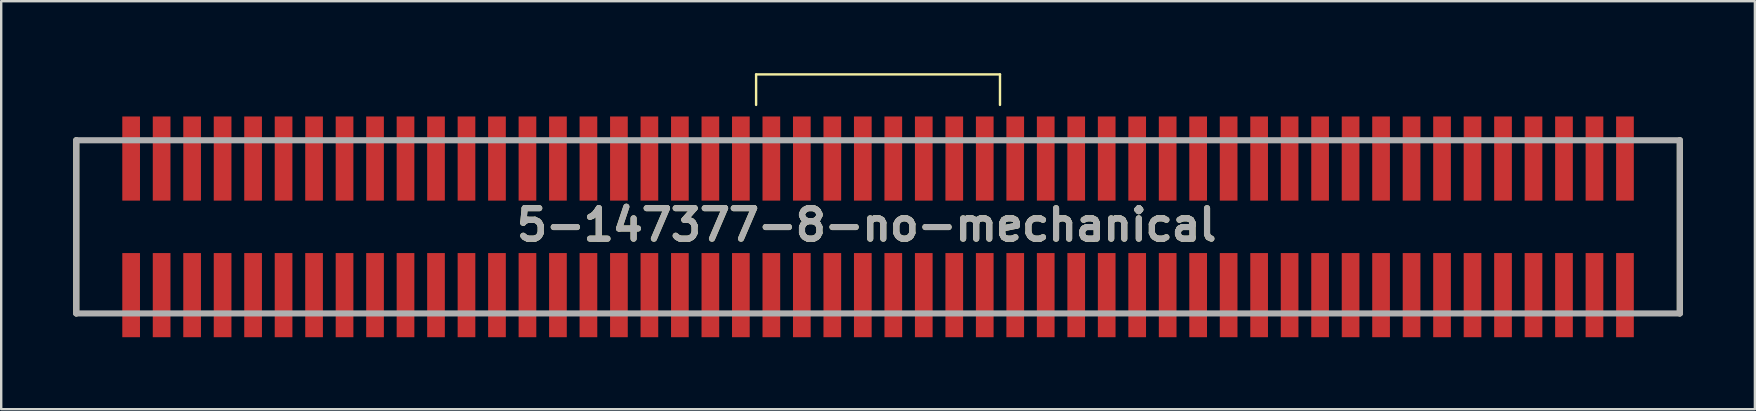
<source format=kicad_pcb>
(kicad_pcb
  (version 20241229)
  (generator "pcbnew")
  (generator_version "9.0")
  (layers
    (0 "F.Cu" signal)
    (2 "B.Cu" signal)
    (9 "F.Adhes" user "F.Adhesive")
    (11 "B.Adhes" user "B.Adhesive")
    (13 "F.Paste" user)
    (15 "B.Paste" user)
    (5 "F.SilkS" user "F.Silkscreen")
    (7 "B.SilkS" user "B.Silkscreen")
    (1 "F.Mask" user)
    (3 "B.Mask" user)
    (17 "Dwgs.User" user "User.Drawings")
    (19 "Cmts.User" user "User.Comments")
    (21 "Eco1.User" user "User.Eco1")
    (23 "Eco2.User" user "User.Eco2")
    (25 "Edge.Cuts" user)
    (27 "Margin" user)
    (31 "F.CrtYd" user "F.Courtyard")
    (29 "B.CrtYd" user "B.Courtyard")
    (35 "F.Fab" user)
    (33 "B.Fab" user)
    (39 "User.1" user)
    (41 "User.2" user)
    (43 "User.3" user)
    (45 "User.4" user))
  (footprint "5-147377-8-no-mechanical"
    (layer "F.Cu")
    (at 33.528 6.4)
    (property "Reference" "5-147377-8-no-mechanical" (at -0.477 -0.082 0) (layer "F.SilkS") (effects (font (size 1.27 1.27) (thickness 0.254))))
    (attr smd)
    (fp_line (start -33.401 -3.607) (end -33.401 3.607) (stroke (width 0.254) (type solid)) (layer "F.SilkS"))
    (fp_line (start -5.08 -6.35) (end 5.08 -6.35) (stroke (width 0.1) (type default)) (layer "F.SilkS"))
    (fp_line (start -5.08 -5.08) (end -5.08 -6.35) (stroke (width 0.1) (type default)) (layer "F.SilkS"))
    (fp_line (start 5.08 -6.35) (end 5.08 -5.08) (stroke (width 0.1) (type default)) (layer "F.SilkS"))
    (fp_line (start 33.401 3.607) (end 33.401 -3.607) (stroke (width 0.254) (type solid)) (layer "F.SilkS"))
    (fp_line (start -33.401 -3.607) (end 33.401 -3.607) (stroke (width 0.254) (type solid)) (layer "F.Fab"))
    (fp_line (start -33.401 3.607) (end -33.401 -3.607) (stroke (width 0.254) (type solid)) (layer "F.Fab"))
    (fp_line (start 33.401 -3.607) (end 33.401 3.607) (stroke (width 0.254) (type solid)) (layer "F.Fab"))
    (fp_line (start 33.401 3.607) (end -33.401 3.607) (stroke (width 0.254) (type solid)) (layer "F.Fab"))
    (fp_text user "${REFERENCE}" (at -0.477 -0.082 0) (layer "F.Fab") (effects (font (size 1.27 1.27) (thickness 0.254))))
    (pad "1" smd rect (at -31.115 2.845) (size 0.737 3.505) (layers "F.Cu" "F.Mask" "F.Paste"))
    (pad "2" smd rect (at -31.115 -2.845) (size 0.737 3.505) (layers "F.Cu" "F.Mask" "F.Paste"))
    (pad "3" smd rect (at -29.845 2.845) (size 0.737 3.505) (layers "F.Cu" "F.Mask" "F.Paste"))
    (pad "4" smd rect (at -29.845 -2.845) (size 0.737 3.505) (layers "F.Cu" "F.Mask" "F.Paste"))
    (pad "5" smd rect (at -28.575 2.845) (size 0.737 3.505) (layers "F.Cu" "F.Mask" "F.Paste"))
    (pad "6" smd rect (at -28.575 -2.845) (size 0.737 3.505) (layers "F.Cu" "F.Mask" "F.Paste"))
    (pad "7" smd rect (at -27.305 2.845) (size 0.737 3.505) (layers "F.Cu" "F.Mask" "F.Paste"))
    (pad "8" smd rect (at -27.305 -2.845) (size 0.737 3.505) (layers "F.Cu" "F.Mask" "F.Paste"))
    (pad "9" smd rect (at -26.035 2.845) (size 0.737 3.505) (layers "F.Cu" "F.Mask" "F.Paste"))
    (pad "10" smd rect (at -26.035 -2.845) (size 0.737 3.505) (layers "F.Cu" "F.Mask" "F.Paste"))
    (pad "11" smd rect (at -24.765 2.845) (size 0.737 3.505) (layers "F.Cu" "F.Mask" "F.Paste"))
    (pad "12" smd rect (at -24.765 -2.845) (size 0.737 3.505) (layers "F.Cu" "F.Mask" "F.Paste"))
    (pad "13" smd rect (at -23.495 2.845) (size 0.737 3.505) (layers "F.Cu" "F.Mask" "F.Paste"))
    (pad "14" smd rect (at -23.495 -2.845) (size 0.737 3.505) (layers "F.Cu" "F.Mask" "F.Paste"))
    (pad "15" smd rect (at -22.225 2.845) (size 0.737 3.505) (layers "F.Cu" "F.Mask" "F.Paste"))
    (pad "16" smd rect (at -22.225 -2.845) (size 0.737 3.505) (layers "F.Cu" "F.Mask" "F.Paste"))
    (pad "17" smd rect (at -20.955 2.845) (size 0.737 3.505) (layers "F.Cu" "F.Mask" "F.Paste"))
    (pad "18" smd rect (at -20.955 -2.845) (size 0.737 3.505) (layers "F.Cu" "F.Mask" "F.Paste"))
    (pad "19" smd rect (at -19.685 2.845) (size 0.737 3.505) (layers "F.Cu" "F.Mask" "F.Paste"))
    (pad "20" smd rect (at -19.685 -2.845) (size 0.737 3.505) (layers "F.Cu" "F.Mask" "F.Paste"))
    (pad "21" smd rect (at -18.415 2.845) (size 0.737 3.505) (layers "F.Cu" "F.Mask" "F.Paste"))
    (pad "22" smd rect (at -18.415 -2.845) (size 0.737 3.505) (layers "F.Cu" "F.Mask" "F.Paste"))
    (pad "23" smd rect (at -17.145 2.845) (size 0.737 3.505) (layers "F.Cu" "F.Mask" "F.Paste"))
    (pad "24" smd rect (at -17.145 -2.845) (size 0.737 3.505) (layers "F.Cu" "F.Mask" "F.Paste"))
    (pad "25" smd rect (at -15.875 2.845) (size 0.737 3.505) (layers "F.Cu" "F.Mask" "F.Paste"))
    (pad "26" smd rect (at -15.875 -2.845) (size 0.737 3.505) (layers "F.Cu" "F.Mask" "F.Paste"))
    (pad "27" smd rect (at -14.605 2.845) (size 0.737 3.505) (layers "F.Cu" "F.Mask" "F.Paste"))
    (pad "28" smd rect (at -14.605 -2.845) (size 0.737 3.505) (layers "F.Cu" "F.Mask" "F.Paste"))
    (pad "29" smd rect (at -13.335 2.845) (size 0.737 3.505) (layers "F.Cu" "F.Mask" "F.Paste"))
    (pad "30" smd rect (at -13.335 -2.845) (size 0.737 3.505) (layers "F.Cu" "F.Mask" "F.Paste"))
    (pad "31" smd rect (at -12.065 2.845) (size 0.737 3.505) (layers "F.Cu" "F.Mask" "F.Paste"))
    (pad "32" smd rect (at -12.065 -2.845) (size 0.737 3.505) (layers "F.Cu" "F.Mask" "F.Paste"))
    (pad "33" smd rect (at -10.795 2.845) (size 0.737 3.505) (layers "F.Cu" "F.Mask" "F.Paste"))
    (pad "34" smd rect (at -10.795 -2.845) (size 0.737 3.505) (layers "F.Cu" "F.Mask" "F.Paste"))
    (pad "35" smd rect (at -9.525 2.845) (size 0.737 3.505) (layers "F.Cu" "F.Mask" "F.Paste"))
    (pad "36" smd rect (at -9.525 -2.845) (size 0.737 3.505) (layers "F.Cu" "F.Mask" "F.Paste"))
    (pad "37" smd rect (at -8.255 2.845) (size 0.737 3.505) (layers "F.Cu" "F.Mask" "F.Paste"))
    (pad "38" smd rect (at -8.255 -2.845) (size 0.737 3.505) (layers "F.Cu" "F.Mask" "F.Paste"))
    (pad "39" smd rect (at -6.985 2.845) (size 0.737 3.505) (layers "F.Cu" "F.Mask" "F.Paste"))
    (pad "40" smd rect (at -6.985 -2.845) (size 0.737 3.505) (layers "F.Cu" "F.Mask" "F.Paste"))
    (pad "41" smd rect (at -5.715 2.845) (size 0.737 3.505) (layers "F.Cu" "F.Mask" "F.Paste"))
    (pad "42" smd rect (at -5.715 -2.845) (size 0.737 3.505) (layers "F.Cu" "F.Mask" "F.Paste"))
    (pad "43" smd rect (at -4.445 2.845) (size 0.737 3.505) (layers "F.Cu" "F.Mask" "F.Paste"))
    (pad "44" smd rect (at -4.445 -2.845) (size 0.737 3.505) (layers "F.Cu" "F.Mask" "F.Paste"))
    (pad "45" smd rect (at -3.175 2.845) (size 0.737 3.505) (layers "F.Cu" "F.Mask" "F.Paste"))
    (pad "46" smd rect (at -3.175 -2.845) (size 0.737 3.505) (layers "F.Cu" "F.Mask" "F.Paste"))
    (pad "47" smd rect (at -1.905 2.845) (size 0.737 3.505) (layers "F.Cu" "F.Mask" "F.Paste"))
    (pad "48" smd rect (at -1.905 -2.845) (size 0.737 3.505) (layers "F.Cu" "F.Mask" "F.Paste"))
    (pad "49" smd rect (at -0.635 2.845) (size 0.737 3.505) (layers "F.Cu" "F.Mask" "F.Paste"))
    (pad "50" smd rect (at -0.635 -2.845) (size 0.737 3.505) (layers "F.Cu" "F.Mask" "F.Paste"))
    (pad "51" smd rect (at 0.635 2.845) (size 0.737 3.505) (layers "F.Cu" "F.Mask" "F.Paste"))
    (pad "52" smd rect (at 0.635 -2.845) (size 0.737 3.505) (layers "F.Cu" "F.Mask" "F.Paste"))
    (pad "53" smd rect (at 1.905 2.845) (size 0.737 3.505) (layers "F.Cu" "F.Mask" "F.Paste"))
    (pad "54" smd rect (at 1.905 -2.845) (size 0.737 3.505) (layers "F.Cu" "F.Mask" "F.Paste"))
    (pad "55" smd rect (at 3.175 2.845) (size 0.737 3.505) (layers "F.Cu" "F.Mask" "F.Paste"))
    (pad "56" smd rect (at 3.175 -2.845) (size 0.737 3.505) (layers "F.Cu" "F.Mask" "F.Paste"))
    (pad "57" smd rect (at 4.445 2.845) (size 0.737 3.505) (layers "F.Cu" "F.Mask" "F.Paste"))
    (pad "58" smd rect (at 4.445 -2.845) (size 0.737 3.505) (layers "F.Cu" "F.Mask" "F.Paste"))
    (pad "59" smd rect (at 5.715 2.845) (size 0.737 3.505) (layers "F.Cu" "F.Mask" "F.Paste"))
    (pad "60" smd rect (at 5.715 -2.845) (size 0.737 3.505) (layers "F.Cu" "F.Mask" "F.Paste"))
    (pad "61" smd rect (at 6.985 2.845) (size 0.737 3.505) (layers "F.Cu" "F.Mask" "F.Paste"))
    (pad "62" smd rect (at 6.985 -2.845) (size 0.737 3.505) (layers "F.Cu" "F.Mask" "F.Paste"))
    (pad "63" smd rect (at 8.255 2.845) (size 0.737 3.505) (layers "F.Cu" "F.Mask" "F.Paste"))
    (pad "64" smd rect (at 8.255 -2.845) (size 0.737 3.505) (layers "F.Cu" "F.Mask" "F.Paste"))
    (pad "65" smd rect (at 9.525 2.845) (size 0.737 3.505) (layers "F.Cu" "F.Mask" "F.Paste"))
    (pad "66" smd rect (at 9.525 -2.845) (size 0.737 3.505) (layers "F.Cu" "F.Mask" "F.Paste"))
    (pad "67" smd rect (at 10.795 2.845) (size 0.737 3.505) (layers "F.Cu" "F.Mask" "F.Paste"))
    (pad "68" smd rect (at 10.795 -2.845) (size 0.737 3.505) (layers "F.Cu" "F.Mask" "F.Paste"))
    (pad "69" smd rect (at 12.065 2.845) (size 0.737 3.505) (layers "F.Cu" "F.Mask" "F.Paste"))
    (pad "70" smd rect (at 12.065 -2.845) (size 0.737 3.505) (layers "F.Cu" "F.Mask" "F.Paste"))
    (pad "71" smd rect (at 13.335 2.845) (size 0.737 3.505) (layers "F.Cu" "F.Mask" "F.Paste"))
    (pad "72" smd rect (at 13.335 -2.845) (size 0.737 3.505) (layers "F.Cu" "F.Mask" "F.Paste"))
    (pad "73" smd rect (at 14.605 2.845) (size 0.737 3.505) (layers "F.Cu" "F.Mask" "F.Paste"))
    (pad "74" smd rect (at 14.605 -2.845) (size 0.737 3.505) (layers "F.Cu" "F.Mask" "F.Paste"))
    (pad "75" smd rect (at 15.875 2.845) (size 0.737 3.505) (layers "F.Cu" "F.Mask" "F.Paste"))
    (pad "76" smd rect (at 15.875 -2.845) (size 0.737 3.505) (layers "F.Cu" "F.Mask" "F.Paste"))
    (pad "77" smd rect (at 17.145 2.845) (size 0.737 3.505) (layers "F.Cu" "F.Mask" "F.Paste"))
    (pad "78" smd rect (at 17.145 -2.845) (size 0.737 3.505) (layers "F.Cu" "F.Mask" "F.Paste"))
    (pad "79" smd rect (at 18.415 2.845) (size 0.737 3.505) (layers "F.Cu" "F.Mask" "F.Paste"))
    (pad "80" smd rect (at 18.415 -2.845) (size 0.737 3.505) (layers "F.Cu" "F.Mask" "F.Paste"))
    (pad "81" smd rect (at 19.685 2.845) (size 0.737 3.505) (layers "F.Cu" "F.Mask" "F.Paste"))
    (pad "82" smd rect (at 19.685 -2.845) (size 0.737 3.505) (layers "F.Cu" "F.Mask" "F.Paste"))
    (pad "83" smd rect (at 20.955 2.845) (size 0.737 3.505) (layers "F.Cu" "F.Mask" "F.Paste"))
    (pad "84" smd rect (at 20.955 -2.845) (size 0.737 3.505) (layers "F.Cu" "F.Mask" "F.Paste"))
    (pad "85" smd rect (at 22.225 2.845) (size 0.737 3.505) (layers "F.Cu" "F.Mask" "F.Paste"))
    (pad "86" smd rect (at 22.225 -2.845) (size 0.737 3.505) (layers "F.Cu" "F.Mask" "F.Paste"))
    (pad "87" smd rect (at 23.495 2.845) (size 0.737 3.505) (layers "F.Cu" "F.Mask" "F.Paste"))
    (pad "88" smd rect (at 23.495 -2.845) (size 0.737 3.505) (layers "F.Cu" "F.Mask" "F.Paste"))
    (pad "89" smd rect (at 24.765 2.845) (size 0.737 3.505) (layers "F.Cu" "F.Mask" "F.Paste"))
    (pad "90" smd rect (at 24.765 -2.845) (size 0.737 3.505) (layers "F.Cu" "F.Mask" "F.Paste"))
    (pad "91" smd rect (at 26.035 2.845) (size 0.737 3.505) (layers "F.Cu" "F.Mask" "F.Paste"))
    (pad "92" smd rect (at 26.035 -2.845) (size 0.737 3.505) (layers "F.Cu" "F.Mask" "F.Paste"))
    (pad "93" smd rect (at 27.305 2.845) (size 0.737 3.505) (layers "F.Cu" "F.Mask" "F.Paste"))
    (pad "94" smd rect (at 27.305 -2.845) (size 0.737 3.505) (layers "F.Cu" "F.Mask" "F.Paste"))
    (pad "95" smd rect (at 28.575 2.845) (size 0.737 3.505) (layers "F.Cu" "F.Mask" "F.Paste"))
    (pad "96" smd rect (at 28.575 -2.845) (size 0.737 3.505) (layers "F.Cu" "F.Mask" "F.Paste"))
    (pad "97" smd rect (at 29.845 2.845) (size 0.737 3.505) (layers "F.Cu" "F.Mask" "F.Paste"))
    (pad "98" smd rect (at 29.845 -2.845) (size 0.737 3.505) (layers "F.Cu" "F.Mask" "F.Paste"))
    (pad "99" smd rect (at 31.115 2.845) (size 0.737 3.505) (layers "F.Cu" "F.Mask" "F.Paste"))
    (pad "100" smd rect (at 31.115 -2.845) (size 0.737 3.505) (layers "F.Cu" "F.Mask" "F.Paste")))
  (gr_rect
    (start -3 -3)
    (end 70.056 13.997)
    (stroke (width 0.1) (type default))
    (fill no)
    (layer "Edge.Cuts")))
</source>
